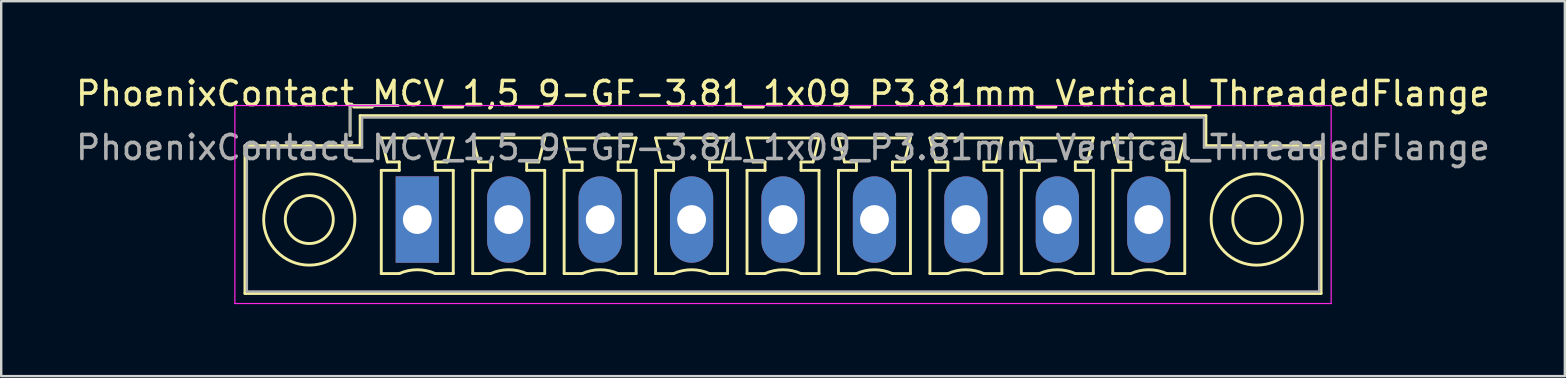
<source format=kicad_pcb>
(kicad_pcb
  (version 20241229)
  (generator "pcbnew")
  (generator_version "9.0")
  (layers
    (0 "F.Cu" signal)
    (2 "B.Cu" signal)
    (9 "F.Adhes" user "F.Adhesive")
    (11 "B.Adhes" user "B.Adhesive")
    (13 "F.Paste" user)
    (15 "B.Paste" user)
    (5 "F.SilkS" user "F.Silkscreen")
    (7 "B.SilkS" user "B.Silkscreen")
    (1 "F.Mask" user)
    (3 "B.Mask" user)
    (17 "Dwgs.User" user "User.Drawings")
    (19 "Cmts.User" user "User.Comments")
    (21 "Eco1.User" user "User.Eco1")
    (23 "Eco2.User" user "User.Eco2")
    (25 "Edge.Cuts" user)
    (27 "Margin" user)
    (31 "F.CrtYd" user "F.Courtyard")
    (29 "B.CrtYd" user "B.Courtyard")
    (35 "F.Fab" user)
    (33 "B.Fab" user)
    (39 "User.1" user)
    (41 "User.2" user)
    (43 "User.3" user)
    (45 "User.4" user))
  (footprint "PhoenixContact_MCV_1,5_9-GF-3.81_1x09_P3.81mm_Vertical_ThreadedFlange"
    (layer "F.Cu")
    (at 14.337 6.098)
    (property "Reference" "PhoenixContact_MCV_1,5_9-GF-3.81_1x09_P3.81mm_Vertical_ThreadedFlange" (at 15.24 -5.25 0) (layer "F.SilkS") (effects (font (size 1 1) (thickness 0.15))))
    (attr through_hole)
    (fp_line (start -7.18 -3.08) (end -7.18 3.08) (stroke (width 0.12) (type solid)) (layer "F.SilkS"))
    (fp_line (start -7.18 3.08) (end 37.66 3.08) (stroke (width 0.12) (type solid)) (layer "F.SilkS"))
    (fp_line (start -2.8 -4.75) (end -0.8 -4.75) (stroke (width 0.12) (type solid)) (layer "F.SilkS"))
    (fp_line (start -2.8 -3.5) (end -2.8 -4.75) (stroke (width 0.12) (type solid)) (layer "F.SilkS"))
    (fp_line (start -2.38 -4.33) (end -2.38 -3.08) (stroke (width 0.12) (type solid)) (layer "F.SilkS"))
    (fp_line (start -2.38 -3.08) (end -7.18 -3.08) (stroke (width 0.12) (type solid)) (layer "F.SilkS"))
    (fp_line (start -1.5 -3.4) (end 1.5 -3.4) (stroke (width 0.12) (type solid)) (layer "F.SilkS"))
    (fp_line (start -1.5 -2.05) (end -0.75 -2.05) (stroke (width 0.12) (type solid)) (layer "F.SilkS"))
    (fp_line (start -1.5 2.25) (end -1.5 -2.05) (stroke (width 0.12) (type solid)) (layer "F.SilkS"))
    (fp_line (start -1.25 -2.4) (end -1.5 -3.4) (stroke (width 0.12) (type solid)) (layer "F.SilkS"))
    (fp_line (start -0.75 -2.4) (end -1.25 -2.4) (stroke (width 0.12) (type solid)) (layer "F.SilkS"))
    (fp_line (start -0.75 -2.05) (end -0.75 -2.4) (stroke (width 0.12) (type solid)) (layer "F.SilkS"))
    (fp_line (start -0.75 2.25) (end -1.5 2.25) (stroke (width 0.12) (type solid)) (layer "F.SilkS"))
    (fp_line (start 0.75 -2.4) (end 0.75 -2.05) (stroke (width 0.12) (type solid)) (layer "F.SilkS"))
    (fp_line (start 0.75 -2.05) (end 1.5 -2.05) (stroke (width 0.12) (type solid)) (layer "F.SilkS"))
    (fp_line (start 1.25 -2.4) (end 0.75 -2.4) (stroke (width 0.12) (type solid)) (layer "F.SilkS"))
    (fp_line (start 1.5 -3.4) (end 1.25 -2.4) (stroke (width 0.12) (type solid)) (layer "F.SilkS"))
    (fp_line (start 1.5 -2.05) (end 1.5 2.25) (stroke (width 0.12) (type solid)) (layer "F.SilkS"))
    (fp_line (start 1.5 2.25) (end 0.75 2.25) (stroke (width 0.12) (type solid)) (layer "F.SilkS"))
    (fp_line (start 2.31 -3.4) (end 5.31 -3.4) (stroke (width 0.12) (type solid)) (layer "F.SilkS"))
    (fp_line (start 2.31 -2.05) (end 3.06 -2.05) (stroke (width 0.12) (type solid)) (layer "F.SilkS"))
    (fp_line (start 2.31 2.25) (end 2.31 -2.05) (stroke (width 0.12) (type solid)) (layer "F.SilkS"))
    (fp_line (start 2.56 -2.4) (end 2.31 -3.4) (stroke (width 0.12) (type solid)) (layer "F.SilkS"))
    (fp_line (start 3.06 -2.4) (end 2.56 -2.4) (stroke (width 0.12) (type solid)) (layer "F.SilkS"))
    (fp_line (start 3.06 -2.05) (end 3.06 -2.4) (stroke (width 0.12) (type solid)) (layer "F.SilkS"))
    (fp_line (start 3.06 2.25) (end 2.31 2.25) (stroke (width 0.12) (type solid)) (layer "F.SilkS"))
    (fp_line (start 4.56 -2.4) (end 4.56 -2.05) (stroke (width 0.12) (type solid)) (layer "F.SilkS"))
    (fp_line (start 4.56 -2.05) (end 5.31 -2.05) (stroke (width 0.12) (type solid)) (layer "F.SilkS"))
    (fp_line (start 5.06 -2.4) (end 4.56 -2.4) (stroke (width 0.12) (type solid)) (layer "F.SilkS"))
    (fp_line (start 5.31 -3.4) (end 5.06 -2.4) (stroke (width 0.12) (type solid)) (layer "F.SilkS"))
    (fp_line (start 5.31 -2.05) (end 5.31 2.25) (stroke (width 0.12) (type solid)) (layer "F.SilkS"))
    (fp_line (start 5.31 2.25) (end 4.56 2.25) (stroke (width 0.12) (type solid)) (layer "F.SilkS"))
    (fp_line (start 6.12 -3.4) (end 9.12 -3.4) (stroke (width 0.12) (type solid)) (layer "F.SilkS"))
    (fp_line (start 6.12 -2.05) (end 6.87 -2.05) (stroke (width 0.12) (type solid)) (layer "F.SilkS"))
    (fp_line (start 6.12 2.25) (end 6.12 -2.05) (stroke (width 0.12) (type solid)) (layer "F.SilkS"))
    (fp_line (start 6.37 -2.4) (end 6.12 -3.4) (stroke (width 0.12) (type solid)) (layer "F.SilkS"))
    (fp_line (start 6.87 -2.4) (end 6.37 -2.4) (stroke (width 0.12) (type solid)) (layer "F.SilkS"))
    (fp_line (start 6.87 -2.05) (end 6.87 -2.4) (stroke (width 0.12) (type solid)) (layer "F.SilkS"))
    (fp_line (start 6.87 2.25) (end 6.12 2.25) (stroke (width 0.12) (type solid)) (layer "F.SilkS"))
    (fp_line (start 8.37 -2.4) (end 8.37 -2.05) (stroke (width 0.12) (type solid)) (layer "F.SilkS"))
    (fp_line (start 8.37 -2.05) (end 9.12 -2.05) (stroke (width 0.12) (type solid)) (layer "F.SilkS"))
    (fp_line (start 8.87 -2.4) (end 8.37 -2.4) (stroke (width 0.12) (type solid)) (layer "F.SilkS"))
    (fp_line (start 9.12 -3.4) (end 8.87 -2.4) (stroke (width 0.12) (type solid)) (layer "F.SilkS"))
    (fp_line (start 9.12 -2.05) (end 9.12 2.25) (stroke (width 0.12) (type solid)) (layer "F.SilkS"))
    (fp_line (start 9.12 2.25) (end 8.37 2.25) (stroke (width 0.12) (type solid)) (layer "F.SilkS"))
    (fp_line (start 9.93 -3.4) (end 12.93 -3.4) (stroke (width 0.12) (type solid)) (layer "F.SilkS"))
    (fp_line (start 9.93 -2.05) (end 10.68 -2.05) (stroke (width 0.12) (type solid)) (layer "F.SilkS"))
    (fp_line (start 9.93 2.25) (end 9.93 -2.05) (stroke (width 0.12) (type solid)) (layer "F.SilkS"))
    (fp_line (start 10.18 -2.4) (end 9.93 -3.4) (stroke (width 0.12) (type solid)) (layer "F.SilkS"))
    (fp_line (start 10.68 -2.4) (end 10.18 -2.4) (stroke (width 0.12) (type solid)) (layer "F.SilkS"))
    (fp_line (start 10.68 -2.05) (end 10.68 -2.4) (stroke (width 0.12) (type solid)) (layer "F.SilkS"))
    (fp_line (start 10.68 2.25) (end 9.93 2.25) (stroke (width 0.12) (type solid)) (layer "F.SilkS"))
    (fp_line (start 12.18 -2.4) (end 12.18 -2.05) (stroke (width 0.12) (type solid)) (layer "F.SilkS"))
    (fp_line (start 12.18 -2.05) (end 12.93 -2.05) (stroke (width 0.12) (type solid)) (layer "F.SilkS"))
    (fp_line (start 12.68 -2.4) (end 12.18 -2.4) (stroke (width 0.12) (type solid)) (layer "F.SilkS"))
    (fp_line (start 12.93 -3.4) (end 12.68 -2.4) (stroke (width 0.12) (type solid)) (layer "F.SilkS"))
    (fp_line (start 12.93 -2.05) (end 12.93 2.25) (stroke (width 0.12) (type solid)) (layer "F.SilkS"))
    (fp_line (start 12.93 2.25) (end 12.18 2.25) (stroke (width 0.12) (type solid)) (layer "F.SilkS"))
    (fp_line (start 13.74 -3.4) (end 16.74 -3.4) (stroke (width 0.12) (type solid)) (layer "F.SilkS"))
    (fp_line (start 13.74 -2.05) (end 14.49 -2.05) (stroke (width 0.12) (type solid)) (layer "F.SilkS"))
    (fp_line (start 13.74 2.25) (end 13.74 -2.05) (stroke (width 0.12) (type solid)) (layer "F.SilkS"))
    (fp_line (start 13.99 -2.4) (end 13.74 -3.4) (stroke (width 0.12) (type solid)) (layer "F.SilkS"))
    (fp_line (start 14.49 -2.4) (end 13.99 -2.4) (stroke (width 0.12) (type solid)) (layer "F.SilkS"))
    (fp_line (start 14.49 -2.05) (end 14.49 -2.4) (stroke (width 0.12) (type solid)) (layer "F.SilkS"))
    (fp_line (start 14.49 2.25) (end 13.74 2.25) (stroke (width 0.12) (type solid)) (layer "F.SilkS"))
    (fp_line (start 15.99 -2.4) (end 15.99 -2.05) (stroke (width 0.12) (type solid)) (layer "F.SilkS"))
    (fp_line (start 15.99 -2.05) (end 16.74 -2.05) (stroke (width 0.12) (type solid)) (layer "F.SilkS"))
    (fp_line (start 16.49 -2.4) (end 15.99 -2.4) (stroke (width 0.12) (type solid)) (layer "F.SilkS"))
    (fp_line (start 16.74 -3.4) (end 16.49 -2.4) (stroke (width 0.12) (type solid)) (layer "F.SilkS"))
    (fp_line (start 16.74 -2.05) (end 16.74 2.25) (stroke (width 0.12) (type solid)) (layer "F.SilkS"))
    (fp_line (start 16.74 2.25) (end 15.99 2.25) (stroke (width 0.12) (type solid)) (layer "F.SilkS"))
    (fp_line (start 17.55 -3.4) (end 20.55 -3.4) (stroke (width 0.12) (type solid)) (layer "F.SilkS"))
    (fp_line (start 17.55 -2.05) (end 18.3 -2.05) (stroke (width 0.12) (type solid)) (layer "F.SilkS"))
    (fp_line (start 17.55 2.25) (end 17.55 -2.05) (stroke (width 0.12) (type solid)) (layer "F.SilkS"))
    (fp_line (start 17.8 -2.4) (end 17.55 -3.4) (stroke (width 0.12) (type solid)) (layer "F.SilkS"))
    (fp_line (start 18.3 -2.4) (end 17.8 -2.4) (stroke (width 0.12) (type solid)) (layer "F.SilkS"))
    (fp_line (start 18.3 -2.05) (end 18.3 -2.4) (stroke (width 0.12) (type solid)) (layer "F.SilkS"))
    (fp_line (start 18.3 2.25) (end 17.55 2.25) (stroke (width 0.12) (type solid)) (layer "F.SilkS"))
    (fp_line (start 19.8 -2.4) (end 19.8 -2.05) (stroke (width 0.12) (type solid)) (layer "F.SilkS"))
    (fp_line (start 19.8 -2.05) (end 20.55 -2.05) (stroke (width 0.12) (type solid)) (layer "F.SilkS"))
    (fp_line (start 20.3 -2.4) (end 19.8 -2.4) (stroke (width 0.12) (type solid)) (layer "F.SilkS"))
    (fp_line (start 20.55 -3.4) (end 20.3 -2.4) (stroke (width 0.12) (type solid)) (layer "F.SilkS"))
    (fp_line (start 20.55 -2.05) (end 20.55 2.25) (stroke (width 0.12) (type solid)) (layer "F.SilkS"))
    (fp_line (start 20.55 2.25) (end 19.8 2.25) (stroke (width 0.12) (type solid)) (layer "F.SilkS"))
    (fp_line (start 21.36 -3.4) (end 24.36 -3.4) (stroke (width 0.12) (type solid)) (layer "F.SilkS"))
    (fp_line (start 21.36 -2.05) (end 22.11 -2.05) (stroke (width 0.12) (type solid)) (layer "F.SilkS"))
    (fp_line (start 21.36 2.25) (end 21.36 -2.05) (stroke (width 0.12) (type solid)) (layer "F.SilkS"))
    (fp_line (start 21.61 -2.4) (end 21.36 -3.4) (stroke (width 0.12) (type solid)) (layer "F.SilkS"))
    (fp_line (start 22.11 -2.4) (end 21.61 -2.4) (stroke (width 0.12) (type solid)) (layer "F.SilkS"))
    (fp_line (start 22.11 -2.05) (end 22.11 -2.4) (stroke (width 0.12) (type solid)) (layer "F.SilkS"))
    (fp_line (start 22.11 2.25) (end 21.36 2.25) (stroke (width 0.12) (type solid)) (layer "F.SilkS"))
    (fp_line (start 23.61 -2.4) (end 23.61 -2.05) (stroke (width 0.12) (type solid)) (layer "F.SilkS"))
    (fp_line (start 23.61 -2.05) (end 24.36 -2.05) (stroke (width 0.12) (type solid)) (layer "F.SilkS"))
    (fp_line (start 24.11 -2.4) (end 23.61 -2.4) (stroke (width 0.12) (type solid)) (layer "F.SilkS"))
    (fp_line (start 24.36 -3.4) (end 24.11 -2.4) (stroke (width 0.12) (type solid)) (layer "F.SilkS"))
    (fp_line (start 24.36 -2.05) (end 24.36 2.25) (stroke (width 0.12) (type solid)) (layer "F.SilkS"))
    (fp_line (start 24.36 2.25) (end 23.61 2.25) (stroke (width 0.12) (type solid)) (layer "F.SilkS"))
    (fp_line (start 25.17 -3.4) (end 28.17 -3.4) (stroke (width 0.12) (type solid)) (layer "F.SilkS"))
    (fp_line (start 25.17 -2.05) (end 25.92 -2.05) (stroke (width 0.12) (type solid)) (layer "F.SilkS"))
    (fp_line (start 25.17 2.25) (end 25.17 -2.05) (stroke (width 0.12) (type solid)) (layer "F.SilkS"))
    (fp_line (start 25.42 -2.4) (end 25.17 -3.4) (stroke (width 0.12) (type solid)) (layer "F.SilkS"))
    (fp_line (start 25.92 -2.4) (end 25.42 -2.4) (stroke (width 0.12) (type solid)) (layer "F.SilkS"))
    (fp_line (start 25.92 -2.05) (end 25.92 -2.4) (stroke (width 0.12) (type solid)) (layer "F.SilkS"))
    (fp_line (start 25.92 2.25) (end 25.17 2.25) (stroke (width 0.12) (type solid)) (layer "F.SilkS"))
    (fp_line (start 27.42 -2.4) (end 27.42 -2.05) (stroke (width 0.12) (type solid)) (layer "F.SilkS"))
    (fp_line (start 27.42 -2.05) (end 28.17 -2.05) (stroke (width 0.12) (type solid)) (layer "F.SilkS"))
    (fp_line (start 27.92 -2.4) (end 27.42 -2.4) (stroke (width 0.12) (type solid)) (layer "F.SilkS"))
    (fp_line (start 28.17 -3.4) (end 27.92 -2.4) (stroke (width 0.12) (type solid)) (layer "F.SilkS"))
    (fp_line (start 28.17 -2.05) (end 28.17 2.25) (stroke (width 0.12) (type solid)) (layer "F.SilkS"))
    (fp_line (start 28.17 2.25) (end 27.42 2.25) (stroke (width 0.12) (type solid)) (layer "F.SilkS"))
    (fp_line (start 28.98 -3.4) (end 31.98 -3.4) (stroke (width 0.12) (type solid)) (layer "F.SilkS"))
    (fp_line (start 28.98 -2.05) (end 29.73 -2.05) (stroke (width 0.12) (type solid)) (layer "F.SilkS"))
    (fp_line (start 28.98 2.25) (end 28.98 -2.05) (stroke (width 0.12) (type solid)) (layer "F.SilkS"))
    (fp_line (start 29.23 -2.4) (end 28.98 -3.4) (stroke (width 0.12) (type solid)) (layer "F.SilkS"))
    (fp_line (start 29.73 -2.4) (end 29.23 -2.4) (stroke (width 0.12) (type solid)) (layer "F.SilkS"))
    (fp_line (start 29.73 -2.05) (end 29.73 -2.4) (stroke (width 0.12) (type solid)) (layer "F.SilkS"))
    (fp_line (start 29.73 2.25) (end 28.98 2.25) (stroke (width 0.12) (type solid)) (layer "F.SilkS"))
    (fp_line (start 31.23 -2.4) (end 31.23 -2.05) (stroke (width 0.12) (type solid)) (layer "F.SilkS"))
    (fp_line (start 31.23 -2.05) (end 31.98 -2.05) (stroke (width 0.12) (type solid)) (layer "F.SilkS"))
    (fp_line (start 31.73 -2.4) (end 31.23 -2.4) (stroke (width 0.12) (type solid)) (layer "F.SilkS"))
    (fp_line (start 31.98 -3.4) (end 31.73 -2.4) (stroke (width 0.12) (type solid)) (layer "F.SilkS"))
    (fp_line (start 31.98 -2.05) (end 31.98 2.25) (stroke (width 0.12) (type solid)) (layer "F.SilkS"))
    (fp_line (start 31.98 2.25) (end 31.23 2.25) (stroke (width 0.12) (type solid)) (layer "F.SilkS"))
    (fp_line (start 32.86 -4.33) (end -2.38 -4.33) (stroke (width 0.12) (type solid)) (layer "F.SilkS"))
    (fp_line (start 32.86 -3.08) (end 32.86 -4.33) (stroke (width 0.12) (type solid)) (layer "F.SilkS"))
    (fp_line (start 37.66 -3.08) (end 32.86 -3.08) (stroke (width 0.12) (type solid)) (layer "F.SilkS"))
    (fp_line (start 37.66 3.08) (end 37.66 -3.08) (stroke (width 0.12) (type solid)) (layer "F.SilkS"))
    (fp_arc (start -0.75 2.25) (mid -0.000193 2.09191) (end 0.749647 2.249844) (stroke (width 0.12) (type solid)) (layer "F.SilkS"))
    (fp_arc (start 3.06 2.25) (mid 3.809807 2.09191) (end 4.559647 2.249844) (stroke (width 0.12) (type solid)) (layer "F.SilkS"))
    (fp_arc (start 6.87 2.25) (mid 7.619807 2.09191) (end 8.369647 2.249844) (stroke (width 0.12) (type solid)) (layer "F.SilkS"))
    (fp_arc (start 10.68 2.25) (mid 11.429807 2.09191) (end 12.179647 2.249844) (stroke (width 0.12) (type solid)) (layer "F.SilkS"))
    (fp_arc (start 14.49 2.25) (mid 15.239807 2.09191) (end 15.989647 2.249844) (stroke (width 0.12) (type solid)) (layer "F.SilkS"))
    (fp_arc (start 18.3 2.25) (mid 19.049807 2.09191) (end 19.799647 2.249844) (stroke (width 0.12) (type solid)) (layer "F.SilkS"))
    (fp_arc (start 22.11 2.25) (mid 22.859807 2.09191) (end 23.609647 2.249844) (stroke (width 0.12) (type solid)) (layer "F.SilkS"))
    (fp_arc (start 25.92 2.25) (mid 26.669807 2.09191) (end 27.419647 2.249844) (stroke (width 0.12) (type solid)) (layer "F.SilkS"))
    (fp_arc (start 29.73 2.25) (mid 30.479807 2.09191) (end 31.229647 2.249844) (stroke (width 0.12) (type solid)) (layer "F.SilkS"))
    (fp_circle (center -4.5 0) (end -3.5 0) (stroke (width 0.12) (type solid)) (fill no) (layer "F.SilkS"))
    (fp_circle (center -4.5 0) (end -2.6 0) (stroke (width 0.12) (type solid)) (fill no) (layer "F.SilkS"))
    (fp_circle (center 34.98 0) (end 35.98 0) (stroke (width 0.12) (type solid)) (fill no) (layer "F.SilkS"))
    (fp_circle (center 34.98 0) (end 36.88 0) (stroke (width 0.12) (type solid)) (fill no) (layer "F.SilkS"))
    (fp_line (start -7.6 -4.75) (end -7.6 3.5) (stroke (width 0.05) (type solid)) (layer "F.CrtYd"))
    (fp_line (start -7.6 3.5) (end 38.08 3.5) (stroke (width 0.05) (type solid)) (layer "F.CrtYd"))
    (fp_line (start 38.08 -4.75) (end -7.6 -4.75) (stroke (width 0.05) (type solid)) (layer "F.CrtYd"))
    (fp_line (start 38.08 3.5) (end 38.08 -4.75) (stroke (width 0.05) (type solid)) (layer "F.CrtYd"))
    (fp_line (start -7.1 -3) (end -7.1 3) (stroke (width 0.1) (type solid)) (layer "F.Fab"))
    (fp_line (start -7.1 3) (end 37.58 3) (stroke (width 0.1) (type solid)) (layer "F.Fab"))
    (fp_line (start -2.8 -4.75) (end -0.8 -4.75) (stroke (width 0.1) (type solid)) (layer "F.Fab"))
    (fp_line (start -2.8 -3.5) (end -2.8 -4.75) (stroke (width 0.1) (type solid)) (layer "F.Fab"))
    (fp_line (start -2.3 -4.25) (end -2.3 -3) (stroke (width 0.1) (type solid)) (layer "F.Fab"))
    (fp_line (start -2.3 -3) (end -7.1 -3) (stroke (width 0.1) (type solid)) (layer "F.Fab"))
    (fp_line (start 32.78 -4.25) (end -2.3 -4.25) (stroke (width 0.1) (type solid)) (layer "F.Fab"))
    (fp_line (start 32.78 -3) (end 32.78 -4.25) (stroke (width 0.1) (type solid)) (layer "F.Fab"))
    (fp_line (start 37.58 -3) (end 32.78 -3) (stroke (width 0.1) (type solid)) (layer "F.Fab"))
    (fp_line (start 37.58 3) (end 37.58 -3) (stroke (width 0.1) (type solid)) (layer "F.Fab"))
    (fp_text user "${REFERENCE}" (at 15.24 -3 0) (layer "F.Fab") (effects (font (size 1 1) (thickness 0.15))))
    (pad "1" thru_hole rect (at 0 0) (size 1.8 3.6) (drill 1.2) (layers "*.Cu" "*.Mask"))
    (pad "2" thru_hole oval (at 3.81 0) (size 1.8 3.6) (drill 1.2) (layers "*.Cu" "*.Mask"))
    (pad "3" thru_hole oval (at 7.62 0) (size 1.8 3.6) (drill 1.2) (layers "*.Cu" "*.Mask"))
    (pad "4" thru_hole oval (at 11.43 0) (size 1.8 3.6) (drill 1.2) (layers "*.Cu" "*.Mask"))
    (pad "5" thru_hole oval (at 15.24 0) (size 1.8 3.6) (drill 1.2) (layers "*.Cu" "*.Mask"))
    (pad "6" thru_hole oval (at 19.05 0) (size 1.8 3.6) (drill 1.2) (layers "*.Cu" "*.Mask"))
    (pad "7" thru_hole oval (at 22.86 0) (size 1.8 3.6) (drill 1.2) (layers "*.Cu" "*.Mask"))
    (pad "8" thru_hole oval (at 26.67 0) (size 1.8 3.6) (drill 1.2) (layers "*.Cu" "*.Mask"))
    (pad "9" thru_hole oval (at 30.48 0) (size 1.8 3.6) (drill 1.2) (layers "*.Cu" "*.Mask")))
  (gr_rect
    (start -3 -3)
    (end 62.155 12.623)
    (stroke (width 0.1) (type default))
    (fill no)
    (layer "Edge.Cuts")))
</source>
